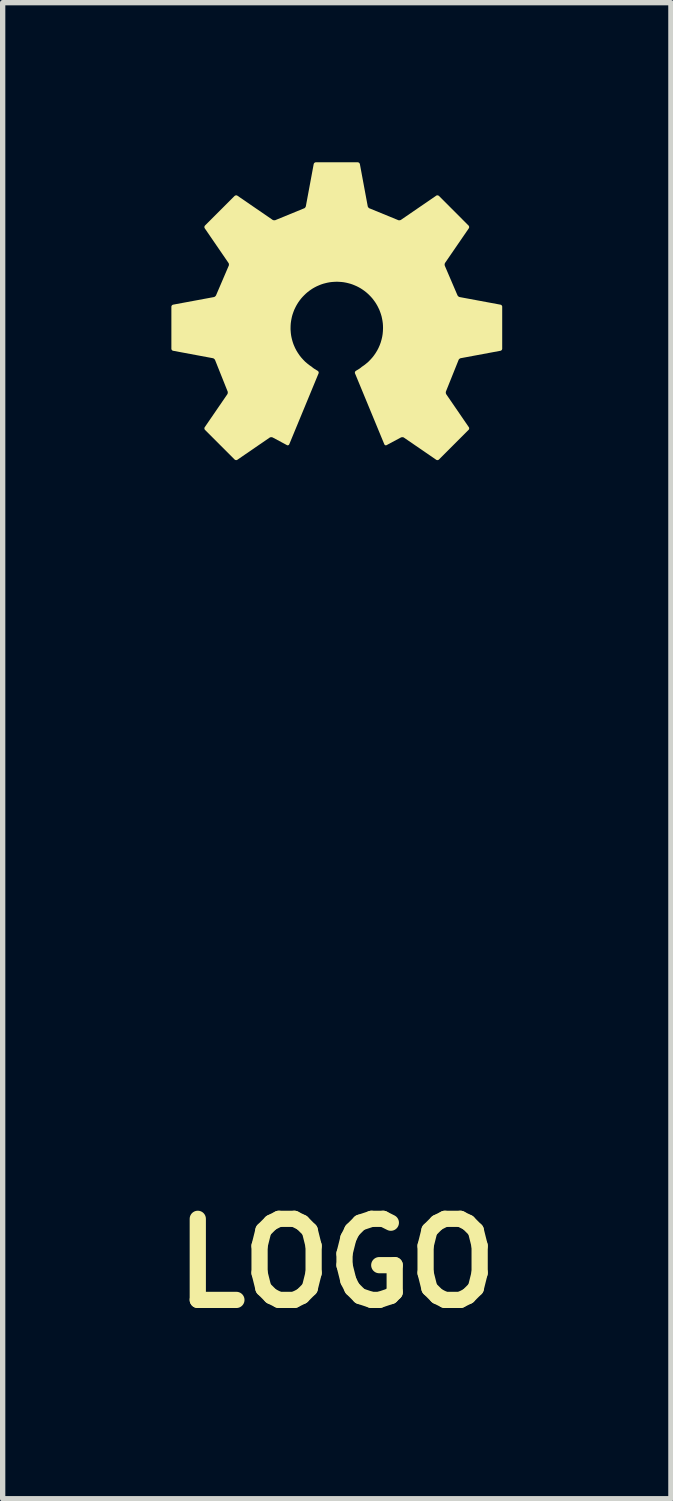
<source format=kicad_pcb>
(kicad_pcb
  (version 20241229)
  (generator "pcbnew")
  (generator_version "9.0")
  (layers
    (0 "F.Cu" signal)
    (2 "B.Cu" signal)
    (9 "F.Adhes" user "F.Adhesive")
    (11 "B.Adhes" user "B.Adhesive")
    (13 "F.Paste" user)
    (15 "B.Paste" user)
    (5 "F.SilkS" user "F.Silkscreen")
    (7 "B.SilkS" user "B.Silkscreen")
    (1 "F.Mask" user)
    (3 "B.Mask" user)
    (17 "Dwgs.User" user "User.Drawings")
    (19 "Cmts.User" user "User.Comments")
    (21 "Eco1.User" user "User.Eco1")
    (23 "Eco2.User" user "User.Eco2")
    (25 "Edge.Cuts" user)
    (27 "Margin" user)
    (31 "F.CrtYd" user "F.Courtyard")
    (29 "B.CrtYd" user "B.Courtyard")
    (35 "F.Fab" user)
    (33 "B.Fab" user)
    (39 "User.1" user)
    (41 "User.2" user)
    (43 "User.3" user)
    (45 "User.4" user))
  (footprint "LOGO"
    (layer "F.Cu")
    (at 3.28 2.999)
    (property "Reference" "LOGO" (at 0 17.694 0) (layer "F.SilkS") (effects (font (size 1.524 1.524) (thickness 0.305))))
    (fp_poly (pts (xy 0.395 -2.999) (xy 0.396 -2.999) (xy 0.398 -2.998) (xy 0.4 -2.998) (xy 0.402 -2.998) (xy 0.403 -2.997) (xy 0.405 -2.997) (xy 0.407 -2.996) (xy 0.408 -2.995) (xy 0.41 -2.995) (xy 0.412 -2.994) (xy 0.413 -2.993) (xy 0.415 -2.992) (xy 0.416 -2.991) (xy 0.418 -2.99) (xy 0.419 -2.989) (xy 0.42 -2.988) (xy 0.422 -2.986) (xy 0.423 -2.985) (xy 0.424 -2.984) (xy 0.425 -2.982) (xy 0.426 -2.981) (xy 0.427 -2.98) (xy 0.428 -2.978) (xy 0.429 -2.977) (xy 0.43 -2.975) (xy 0.431 -2.973) (xy 0.432 -2.972) (xy 0.432 -2.97) (xy 0.433 -2.968) (xy 0.433 -2.967) (xy 0.434 -2.965) (xy 0.581 -2.175) (xy 0.581 -2.173) (xy 0.581 -2.172) (xy 0.582 -2.17) (xy 0.582 -2.168) (xy 0.584 -2.165) (xy 0.586 -2.161) (xy 0.588 -2.158) (xy 0.59 -2.154) (xy 0.592 -2.151) (xy 0.595 -2.148) (xy 0.597 -2.145) (xy 0.6 -2.142) (xy 0.603 -2.14) (xy 0.606 -2.137) (xy 0.61 -2.135) (xy 0.613 -2.133) (xy 0.615 -2.133) (xy 0.616 -2.132) (xy 0.618 -2.131) (xy 0.62 -2.131) (xy 1.149 -1.914) (xy 1.152 -1.912) (xy 1.156 -1.911) (xy 1.159 -1.91) (xy 1.163 -1.909) (xy 1.167 -1.909) (xy 1.171 -1.909) (xy 1.175 -1.909) (xy 1.179 -1.909) (xy 1.183 -1.909) (xy 1.187 -1.91) (xy 1.191 -1.911) (xy 1.195 -1.912) (xy 1.198 -1.913) (xy 1.202 -1.914) (xy 1.205 -1.916) (xy 1.208 -1.918) (xy 1.868 -2.371) (xy 1.869 -2.372) (xy 1.871 -2.373) (xy 1.872 -2.374) (xy 1.874 -2.374) (xy 1.876 -2.375) (xy 1.877 -2.376) (xy 1.879 -2.376) (xy 1.881 -2.376) (xy 1.882 -2.377) (xy 1.884 -2.377) (xy 1.888 -2.378) (xy 1.891 -2.378) (xy 1.895 -2.377) (xy 1.899 -2.377) (xy 1.902 -2.376) (xy 1.906 -2.375) (xy 1.907 -2.375) (xy 1.909 -2.374) (xy 1.91 -2.373) (xy 1.912 -2.372) (xy 1.914 -2.371) (xy 1.915 -2.37) (xy 1.917 -2.369) (xy 1.918 -2.368) (xy 1.919 -2.367) (xy 1.921 -2.366) (xy 2.476 -1.81) (xy 2.477 -1.809) (xy 2.479 -1.808) (xy 2.48 -1.806) (xy 2.481 -1.805) (xy 2.482 -1.803) (xy 2.483 -1.802) (xy 2.484 -1.799) (xy 2.485 -1.795) (xy 2.486 -1.792) (xy 2.487 -1.788) (xy 2.488 -1.785) (xy 2.488 -1.781) (xy 2.488 -1.778) (xy 2.487 -1.774) (xy 2.487 -1.77) (xy 2.486 -1.767) (xy 2.485 -1.765) (xy 2.484 -1.764) (xy 2.484 -1.762) (xy 2.483 -1.761) (xy 2.482 -1.759) (xy 2.481 -1.757) (xy 2.036 -1.109) (xy 2.034 -1.106) (xy 2.033 -1.103) (xy 2.031 -1.099) (xy 2.03 -1.096) (xy 2.029 -1.092) (xy 2.028 -1.088) (xy 2.027 -1.084) (xy 2.027 -1.08) (xy 2.027 -1.076) (xy 2.027 -1.072) (xy 2.027 -1.068) (xy 2.028 -1.064) (xy 2.029 -1.06) (xy 2.03 -1.057) (xy 2.031 -1.053) (xy 2.032 -1.05) (xy 2.266 -0.504) (xy 2.268 -0.501) (xy 2.269 -0.497) (xy 2.271 -0.494) (xy 2.273 -0.491) (xy 2.276 -0.488) (xy 2.278 -0.485) (xy 2.281 -0.482) (xy 2.284 -0.479) (xy 2.287 -0.476) (xy 2.291 -0.474) (xy 2.294 -0.472) (xy 2.298 -0.47) (xy 2.301 -0.468) (xy 2.305 -0.467) (xy 2.308 -0.466) (xy 2.312 -0.465) (xy 3.075 -0.323) (xy 3.076 -0.323) (xy 3.077 -0.323) (xy 3.079 -0.322) (xy 3.081 -0.322) (xy 3.082 -0.321) (xy 3.084 -0.32) (xy 3.086 -0.32) (xy 3.087 -0.319) (xy 3.089 -0.318) (xy 3.09 -0.317) (xy 3.092 -0.316) (xy 3.095 -0.314) (xy 3.097 -0.311) (xy 3.1 -0.309) (xy 3.102 -0.306) (xy 3.104 -0.303) (xy 3.105 -0.299) (xy 3.106 -0.298) (xy 3.107 -0.296) (xy 3.107 -0.295) (xy 3.108 -0.293) (xy 3.108 -0.291) (xy 3.109 -0.289) (xy 3.109 -0.288) (xy 3.109 -0.286) (xy 3.109 -0.284) (xy 3.109 -0.282) (xy 3.109 0.503) (xy 3.109 0.505) (xy 3.109 0.507) (xy 3.109 0.509) (xy 3.109 0.511) (xy 3.108 0.512) (xy 3.108 0.514) (xy 3.107 0.516) (xy 3.107 0.517) (xy 3.106 0.519) (xy 3.105 0.521) (xy 3.104 0.522) (xy 3.104 0.524) (xy 3.103 0.525) (xy 3.102 0.527) (xy 3.101 0.528) (xy 3.099 0.53) (xy 3.098 0.531) (xy 3.097 0.532) (xy 3.096 0.534) (xy 3.094 0.535) (xy 3.093 0.536) (xy 3.092 0.537) (xy 3.09 0.538) (xy 3.089 0.539) (xy 3.087 0.54) (xy 3.086 0.541) (xy 3.084 0.542) (xy 3.082 0.542) (xy 3.081 0.543) (xy 3.079 0.543) (xy 3.077 0.544) (xy 3.076 0.544) (xy 2.331 0.683) (xy 2.329 0.683) (xy 2.327 0.684) (xy 2.326 0.684) (xy 2.324 0.685) (xy 2.32 0.686) (xy 2.317 0.688) (xy 2.313 0.69) (xy 2.31 0.692) (xy 2.307 0.694) (xy 2.304 0.697) (xy 2.301 0.7) (xy 2.298 0.703) (xy 2.296 0.706) (xy 2.293 0.709) (xy 2.291 0.712) (xy 2.289 0.715) (xy 2.288 0.719) (xy 2.287 0.72) (xy 2.287 0.722) (xy 2.054 1.303) (xy 2.053 1.306) (xy 2.051 1.31) (xy 2.05 1.313) (xy 2.05 1.317) (xy 2.049 1.321) (xy 2.049 1.325) (xy 2.049 1.329) (xy 2.049 1.333) (xy 2.049 1.337) (xy 2.05 1.341) (xy 2.051 1.345) (xy 2.052 1.349) (xy 2.053 1.352) (xy 2.055 1.356) (xy 2.056 1.359) (xy 2.058 1.362) (xy 2.481 1.979) (xy 2.482 1.98) (xy 2.483 1.982) (xy 2.484 1.983) (xy 2.485 1.985) (xy 2.485 1.986) (xy 2.486 1.988) (xy 2.487 1.99) (xy 2.487 1.992) (xy 2.487 1.993) (xy 2.488 1.995) (xy 2.488 1.999) (xy 2.488 2.002) (xy 2.488 2.006) (xy 2.488 2.009) (xy 2.487 2.013) (xy 2.486 2.016) (xy 2.485 2.018) (xy 2.484 2.02) (xy 2.484 2.021) (xy 2.483 2.023) (xy 2.482 2.024) (xy 2.481 2.026) (xy 2.48 2.027) (xy 2.479 2.029) (xy 2.478 2.03) (xy 2.476 2.031) (xy 1.921 2.587) (xy 1.919 2.588) (xy 1.918 2.589) (xy 1.917 2.591) (xy 1.915 2.592) (xy 1.914 2.593) (xy 1.912 2.593) (xy 1.909 2.595) (xy 1.906 2.596) (xy 1.902 2.597) (xy 1.899 2.598) (xy 1.895 2.599) (xy 1.892 2.599) (xy 1.888 2.599) (xy 1.885 2.598) (xy 1.881 2.598) (xy 1.878 2.597) (xy 1.876 2.596) (xy 1.874 2.595) (xy 1.873 2.595) (xy 1.871 2.594) (xy 1.87 2.593) (xy 1.868 2.592) (xy 1.262 2.176) (xy 1.259 2.174) (xy 1.256 2.173) (xy 1.253 2.171) (xy 1.249 2.17) (xy 1.245 2.169) (xy 1.242 2.169) (xy 1.238 2.168) (xy 1.234 2.168) (xy 1.23 2.168) (xy 1.226 2.168) (xy 1.222 2.169) (xy 1.218 2.169) (xy 1.214 2.17) (xy 1.211 2.171) (xy 1.208 2.173) (xy 1.204 2.174) (xy 0.937 2.317) (xy 0.936 2.318) (xy 0.934 2.318) (xy 0.933 2.319) (xy 0.931 2.32) (xy 0.929 2.32) (xy 0.928 2.32) (xy 0.926 2.321) (xy 0.924 2.321) (xy 0.923 2.321) (xy 0.921 2.321) (xy 0.92 2.321) (xy 0.918 2.32) (xy 0.916 2.32) (xy 0.915 2.32) (xy 0.913 2.319) (xy 0.912 2.319) (xy 0.91 2.318) (xy 0.909 2.318) (xy 0.907 2.317) (xy 0.906 2.316) (xy 0.905 2.315) (xy 0.903 2.314) (xy 0.902 2.313) (xy 0.901 2.312) (xy 0.9 2.311) (xy 0.899 2.31) (xy 0.898 2.308) (xy 0.897 2.307) (xy 0.896 2.306) (xy 0.895 2.304) (xy 0.894 2.303) (xy 0.893 2.301) (xy 0.343 0.97) (xy 0.342 0.969) (xy 0.342 0.967) (xy 0.341 0.965) (xy 0.341 0.964) (xy 0.34 0.962) (xy 0.34 0.96) (xy 0.34 0.958) (xy 0.34 0.957) (xy 0.34 0.955) (xy 0.34 0.953) (xy 0.34 0.951) (xy 0.34 0.95) (xy 0.341 0.948) (xy 0.341 0.946) (xy 0.342 0.944) (xy 0.342 0.943) (xy 0.343 0.941) (xy 0.343 0.939) (xy 0.344 0.938) (xy 0.345 0.936) (xy 0.346 0.935) (xy 0.347 0.933) (xy 0.348 0.932) (xy 0.349 0.93) (xy 0.35 0.929) (xy 0.351 0.927) (xy 0.352 0.926) (xy 0.353 0.925) (xy 0.355 0.924) (xy 0.356 0.923) (xy 0.357 0.922) (xy 0.359 0.921) (xy 0.426 0.88) (xy 0.431 0.877) (xy 0.436 0.873) (xy 0.441 0.869) (xy 0.447 0.865) (xy 0.452 0.861) (xy 0.458 0.856) (xy 0.463 0.852) (xy 0.468 0.847) (xy 0.512 0.817) (xy 0.554 0.784) (xy 0.595 0.749) (xy 0.632 0.711) (xy 0.668 0.671) (xy 0.701 0.629) (xy 0.731 0.585) (xy 0.759 0.539) (xy 0.784 0.491) (xy 0.806 0.441) (xy 0.825 0.39) (xy 0.84 0.338) (xy 0.853 0.284) (xy 0.862 0.229) (xy 0.867 0.173) (xy 0.869 0.115) (xy 0.868 0.071) (xy 0.865 0.027) (xy 0.859 -0.017) (xy 0.851 -0.06) (xy 0.842 -0.102) (xy 0.83 -0.143) (xy 0.816 -0.183) (xy 0.801 -0.223) (xy 0.783 -0.261) (xy 0.764 -0.299) (xy 0.743 -0.335) (xy 0.721 -0.37) (xy 0.696 -0.404) (xy 0.671 -0.437) (xy 0.643 -0.469) (xy 0.614 -0.499) (xy 0.584 -0.528) (xy 0.553 -0.555) (xy 0.52 -0.581) (xy 0.486 -0.605) (xy 0.451 -0.628) (xy 0.414 -0.649) (xy 0.377 -0.668) (xy 0.338 -0.685) (xy 0.299 -0.701) (xy 0.258 -0.715) (xy 0.217 -0.726) (xy 0.175 -0.736) (xy 0.132 -0.744) (xy 0.089 -0.749) (xy 0.045 -0.752) (xy -0.000009 -0.754) (xy -0.045 -0.752) (xy -0.089 -0.749) (xy -0.132 -0.744) (xy -0.175 -0.736) (xy -0.217 -0.726) (xy -0.258 -0.715) (xy -0.299 -0.701) (xy -0.338 -0.685) (xy -0.377 -0.668) (xy -0.414 -0.649) (xy -0.451 -0.628) (xy -0.486 -0.605) (xy -0.52 -0.581) (xy -0.553 -0.555) (xy -0.584 -0.528) (xy -0.614 -0.499) (xy -0.643 -0.469) (xy -0.671 -0.437) (xy -0.696 -0.405) (xy -0.721 -0.37) (xy -0.743 -0.335) (xy -0.764 -0.299) (xy -0.783 -0.261) (xy -0.801 -0.223) (xy -0.816 -0.183) (xy -0.83 -0.143) (xy -0.842 -0.102) (xy -0.851 -0.06) (xy -0.859 -0.017) (xy -0.865 0.027) (xy -0.868 0.071) (xy -0.869 0.115) (xy -0.869 0.144) (xy -0.867 0.173) (xy -0.865 0.201) (xy -0.862 0.229) (xy -0.858 0.257) (xy -0.853 0.284) (xy -0.847 0.311) (xy -0.84 0.338) (xy -0.833 0.364) (xy -0.825 0.39) (xy -0.816 0.416) (xy -0.806 0.441) (xy -0.795 0.466) (xy -0.784 0.491) (xy -0.759 0.539) (xy -0.731 0.585) (xy -0.701 0.629) (xy -0.668 0.671) (xy -0.632 0.711) (xy -0.595 0.749) (xy -0.554 0.784) (xy -0.512 0.817) (xy -0.468 0.847) (xy -0.463 0.852) (xy -0.458 0.856) (xy -0.452 0.861) (xy -0.447 0.865) (xy -0.441 0.869) (xy -0.436 0.873) (xy -0.431 0.877) (xy -0.426 0.88) (xy -0.359 0.921) (xy -0.357 0.922) (xy -0.356 0.923) (xy -0.355 0.924) (xy -0.353 0.925) (xy -0.352 0.926) (xy -0.351 0.927) (xy -0.349 0.93) (xy -0.347 0.933) (xy -0.345 0.936) (xy -0.343 0.939) (xy -0.342 0.943) (xy -0.341 0.946) (xy -0.34 0.95) (xy -0.34 0.953) (xy -0.34 0.957) (xy -0.34 0.96) (xy -0.34 0.962) (xy -0.341 0.964) (xy -0.341 0.965) (xy -0.342 0.967) (xy -0.342 0.969) (xy -0.343 0.97) (xy -0.893 2.301) (xy -0.894 2.303) (xy -0.895 2.304) (xy -0.896 2.306) (xy -0.897 2.307) (xy -0.898 2.308) (xy -0.899 2.31) (xy -0.9 2.311) (xy -0.901 2.312) (xy -0.902 2.313) (xy -0.903 2.314) (xy -0.905 2.315) (xy -0.906 2.316) (xy -0.907 2.317) (xy -0.909 2.318) (xy -0.91 2.318) (xy -0.912 2.319) (xy -0.913 2.319) (xy -0.915 2.32) (xy -0.916 2.32) (xy -0.918 2.32) (xy -0.919 2.321) (xy -0.921 2.321) (xy -0.923 2.321) (xy -0.924 2.321) (xy -0.926 2.321) (xy -0.928 2.32) (xy -0.929 2.32) (xy -0.931 2.32) (xy -0.932 2.319) (xy -0.934 2.318) (xy -0.936 2.318) (xy -0.937 2.317) (xy -1.204 2.174) (xy -1.208 2.173) (xy -1.211 2.171) (xy -1.214 2.17) (xy -1.218 2.169) (xy -1.222 2.168) (xy -1.226 2.168) (xy -1.23 2.168) (xy -1.234 2.168) (xy -1.238 2.168) (xy -1.241 2.169) (xy -1.245 2.169) (xy -1.249 2.17) (xy -1.253 2.171) (xy -1.256 2.173) (xy -1.259 2.174) (xy -1.262 2.176) (xy -1.868 2.592) (xy -1.869 2.593) (xy -1.871 2.594) (xy -1.873 2.595) (xy -1.874 2.595) (xy -1.876 2.596) (xy -1.878 2.597) (xy -1.879 2.597) (xy -1.881 2.598) (xy -1.883 2.598) (xy -1.884 2.598) (xy -1.888 2.599) (xy -1.892 2.599) (xy -1.895 2.599) (xy -1.899 2.598) (xy -1.902 2.597) (xy -1.906 2.596) (xy -1.907 2.596) (xy -1.909 2.595) (xy -1.911 2.594) (xy -1.912 2.593) (xy -1.914 2.593) (xy -1.915 2.592) (xy -1.917 2.591) (xy -1.918 2.589) (xy -1.919 2.588) (xy -1.921 2.587) (xy -2.477 2.031) (xy -2.478 2.03) (xy -2.479 2.029) (xy -2.48 2.027) (xy -2.481 2.026) (xy -2.482 2.024) (xy -2.483 2.023) (xy -2.484 2.02) (xy -2.486 2.016) (xy -2.487 2.013) (xy -2.488 2.009) (xy -2.488 2.006) (xy -2.488 2.002) (xy -2.488 1.999) (xy -2.488 1.995) (xy -2.487 1.992) (xy -2.486 1.988) (xy -2.485 1.986) (xy -2.485 1.985) (xy -2.484 1.983) (xy -2.483 1.982) (xy -2.482 1.98) (xy -2.481 1.979) (xy -2.058 1.362) (xy -2.056 1.359) (xy -2.055 1.356) (xy -2.053 1.352) (xy -2.052 1.349) (xy -2.051 1.345) (xy -2.05 1.341) (xy -2.049 1.337) (xy -2.049 1.333) (xy -2.049 1.329) (xy -2.049 1.325) (xy -2.049 1.321) (xy -2.05 1.317) (xy -2.05 1.313) (xy -2.051 1.31) (xy -2.052 1.306) (xy -2.054 1.303) (xy -2.286 0.722) (xy -2.288 0.719) (xy -2.289 0.715) (xy -2.291 0.712) (xy -2.293 0.709) (xy -2.295 0.706) (xy -2.298 0.703) (xy -2.301 0.7) (xy -2.304 0.697) (xy -2.307 0.694) (xy -2.31 0.692) (xy -2.313 0.69) (xy -2.317 0.688) (xy -2.32 0.686) (xy -2.324 0.685) (xy -2.327 0.684) (xy -2.329 0.683) (xy -2.331 0.683) (xy -3.075 0.544) (xy -3.077 0.544) (xy -3.079 0.543) (xy -3.081 0.543) (xy -3.082 0.542) (xy -3.084 0.542) (xy -3.085 0.541) (xy -3.087 0.54) (xy -3.089 0.539) (xy -3.09 0.538) (xy -3.092 0.537) (xy -3.094 0.535) (xy -3.097 0.532) (xy -3.099 0.53) (xy -3.102 0.527) (xy -3.104 0.524) (xy -3.105 0.521) (xy -3.106 0.519) (xy -3.107 0.517) (xy -3.107 0.516) (xy -3.108 0.514) (xy -3.108 0.512) (xy -3.109 0.511) (xy -3.109 0.509) (xy -3.109 0.507) (xy -3.109 0.505) (xy -3.109 0.503) (xy -3.109 -0.282) (xy -3.109 -0.284) (xy -3.109 -0.286) (xy -3.109 -0.288) (xy -3.109 -0.289) (xy -3.108 -0.291) (xy -3.108 -0.293) (xy -3.107 -0.295) (xy -3.107 -0.296) (xy -3.106 -0.298) (xy -3.105 -0.299) (xy -3.104 -0.301) (xy -3.104 -0.303) (xy -3.103 -0.304) (xy -3.102 -0.306) (xy -3.101 -0.307) (xy -3.099 -0.309) (xy -3.098 -0.31) (xy -3.097 -0.311) (xy -3.096 -0.312) (xy -3.094 -0.314) (xy -3.093 -0.315) (xy -3.092 -0.316) (xy -3.09 -0.317) (xy -3.089 -0.318) (xy -3.087 -0.319) (xy -3.086 -0.32) (xy -3.084 -0.32) (xy -3.082 -0.321) (xy -3.081 -0.322) (xy -3.079 -0.322) (xy -3.077 -0.323) (xy -3.076 -0.323) (xy -2.312 -0.465) (xy -2.31 -0.465) (xy -2.309 -0.466) (xy -2.307 -0.466) (xy -2.305 -0.467) (xy -2.301 -0.468) (xy -2.298 -0.47) (xy -2.295 -0.472) (xy -2.291 -0.474) (xy -2.288 -0.477) (xy -2.285 -0.479) (xy -2.282 -0.482) (xy -2.279 -0.485) (xy -2.276 -0.488) (xy -2.274 -0.491) (xy -2.272 -0.494) (xy -2.27 -0.497) (xy -2.269 -0.499) (xy -2.268 -0.501) (xy -2.267 -0.502) (xy -2.267 -0.504) (xy -2.033 -1.05) (xy -2.031 -1.053) (xy -2.03 -1.057) (xy -2.029 -1.06) (xy -2.028 -1.064) (xy -2.028 -1.068) (xy -2.027 -1.072) (xy -2.027 -1.076) (xy -2.027 -1.08) (xy -2.028 -1.084) (xy -2.028 -1.088) (xy -2.029 -1.092) (xy -2.03 -1.096) (xy -2.031 -1.099) (xy -2.033 -1.103) (xy -2.035 -1.106) (xy -2.037 -1.109) (xy -2.481 -1.757) (xy -2.482 -1.759) (xy -2.483 -1.761) (xy -2.484 -1.762) (xy -2.485 -1.764) (xy -2.486 -1.765) (xy -2.486 -1.767) (xy -2.487 -1.769) (xy -2.487 -1.77) (xy -2.487 -1.772) (xy -2.488 -1.774) (xy -2.488 -1.778) (xy -2.488 -1.781) (xy -2.488 -1.785) (xy -2.488 -1.788) (xy -2.487 -1.792) (xy -2.486 -1.795) (xy -2.485 -1.797) (xy -2.484 -1.799) (xy -2.484 -1.8) (xy -2.483 -1.802) (xy -2.482 -1.803) (xy -2.481 -1.805) (xy -2.48 -1.806) (xy -2.479 -1.808) (xy -2.478 -1.809) (xy -2.477 -1.81) (xy -1.921 -2.366) (xy -1.92 -2.367) (xy -1.918 -2.368) (xy -1.917 -2.369) (xy -1.915 -2.37) (xy -1.914 -2.371) (xy -1.912 -2.372) (xy -1.909 -2.374) (xy -1.906 -2.375) (xy -1.902 -2.376) (xy -1.899 -2.377) (xy -1.895 -2.377) (xy -1.892 -2.378) (xy -1.888 -2.378) (xy -1.885 -2.377) (xy -1.881 -2.376) (xy -1.878 -2.376) (xy -1.876 -2.375) (xy -1.874 -2.374) (xy -1.873 -2.374) (xy -1.871 -2.373) (xy -1.87 -2.372) (xy -1.868 -2.371) (xy -1.208 -1.918) (xy -1.205 -1.916) (xy -1.202 -1.914) (xy -1.199 -1.913) (xy -1.195 -1.912) (xy -1.191 -1.911) (xy -1.187 -1.91) (xy -1.183 -1.909) (xy -1.179 -1.909) (xy -1.175 -1.909) (xy -1.171 -1.909) (xy -1.167 -1.909) (xy -1.163 -1.91) (xy -1.159 -1.91) (xy -1.156 -1.911) (xy -1.152 -1.912) (xy -1.149 -1.914) (xy -0.62 -2.131) (xy -0.616 -2.132) (xy -0.613 -2.133) (xy -0.61 -2.135) (xy -0.606 -2.137) (xy -0.603 -2.14) (xy -0.6 -2.142) (xy -0.597 -2.145) (xy -0.595 -2.148) (xy -0.592 -2.151) (xy -0.59 -2.154) (xy -0.588 -2.158) (xy -0.586 -2.161) (xy -0.584 -2.165) (xy -0.583 -2.168) (xy -0.582 -2.172) (xy -0.581 -2.175) (xy -0.434 -2.965) (xy -0.433 -2.967) (xy -0.433 -2.968) (xy -0.432 -2.97) (xy -0.432 -2.972) (xy -0.431 -2.973) (xy -0.43 -2.975) (xy -0.429 -2.977) (xy -0.429 -2.978) (xy -0.428 -2.98) (xy -0.427 -2.981) (xy -0.424 -2.984) (xy -0.422 -2.986) (xy -0.419 -2.989) (xy -0.416 -2.991) (xy -0.413 -2.993) (xy -0.41 -2.995) (xy -0.407 -2.996) (xy -0.405 -2.997) (xy -0.404 -2.997) (xy -0.402 -2.998) (xy -0.4 -2.998) (xy -0.398 -2.998) (xy -0.397 -2.999) (xy -0.395 -2.999) (xy -0.393 -2.999) (xy 0.393 -2.999)) (stroke (width 0) (type solid)) (fill yes) (layer "F.SilkS")))
  (gr_rect
    (start -3 -3)
    (end 9.56 25.119)
    (stroke (width 0.1) (type default))
    (fill no)
    (layer "Edge.Cuts")))
</source>
